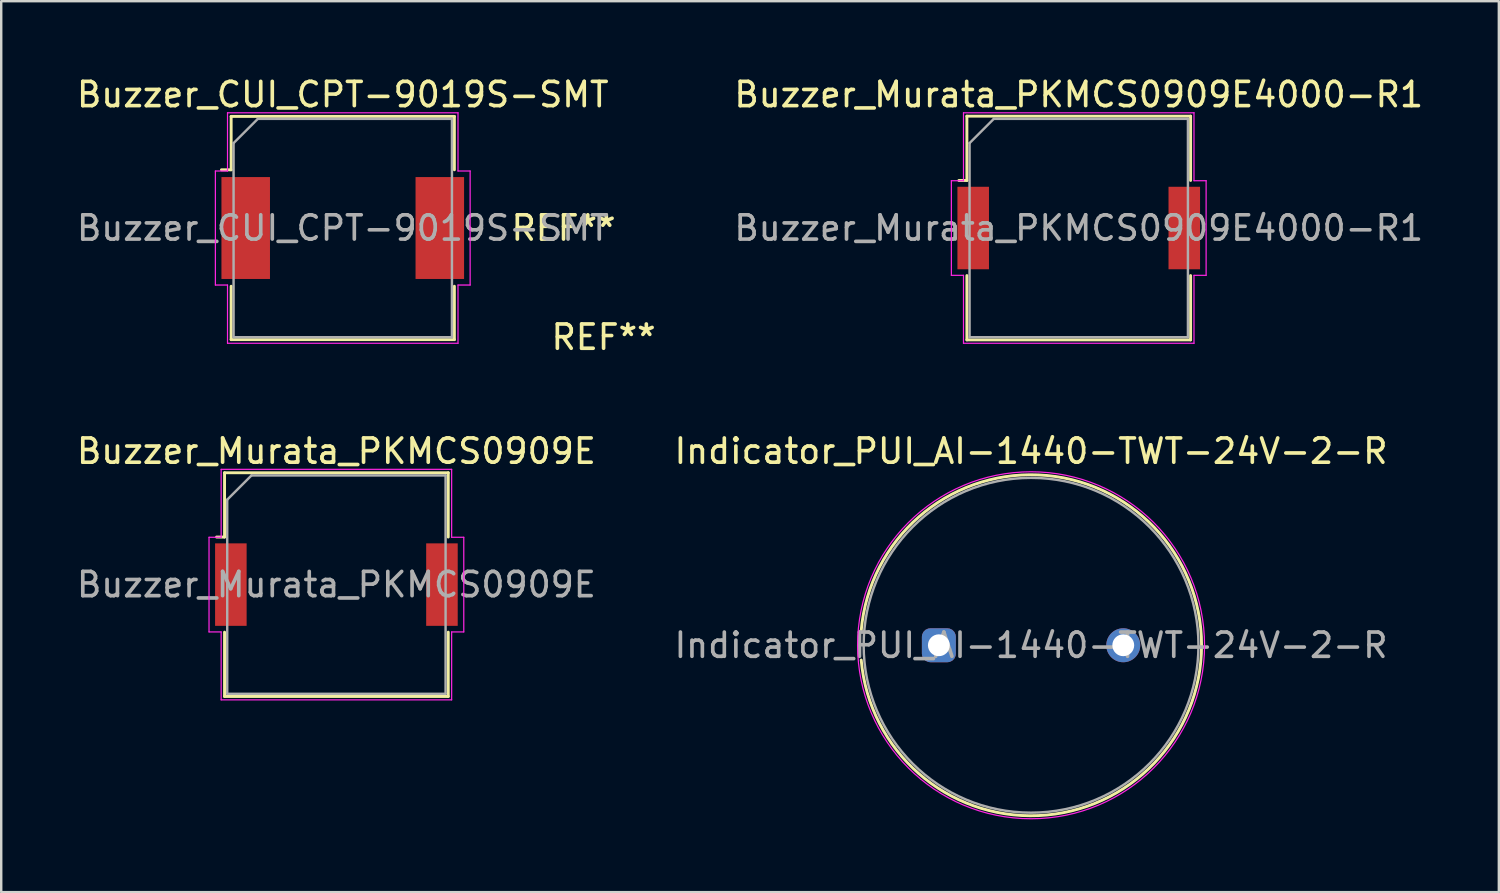
<source format=kicad_pcb>
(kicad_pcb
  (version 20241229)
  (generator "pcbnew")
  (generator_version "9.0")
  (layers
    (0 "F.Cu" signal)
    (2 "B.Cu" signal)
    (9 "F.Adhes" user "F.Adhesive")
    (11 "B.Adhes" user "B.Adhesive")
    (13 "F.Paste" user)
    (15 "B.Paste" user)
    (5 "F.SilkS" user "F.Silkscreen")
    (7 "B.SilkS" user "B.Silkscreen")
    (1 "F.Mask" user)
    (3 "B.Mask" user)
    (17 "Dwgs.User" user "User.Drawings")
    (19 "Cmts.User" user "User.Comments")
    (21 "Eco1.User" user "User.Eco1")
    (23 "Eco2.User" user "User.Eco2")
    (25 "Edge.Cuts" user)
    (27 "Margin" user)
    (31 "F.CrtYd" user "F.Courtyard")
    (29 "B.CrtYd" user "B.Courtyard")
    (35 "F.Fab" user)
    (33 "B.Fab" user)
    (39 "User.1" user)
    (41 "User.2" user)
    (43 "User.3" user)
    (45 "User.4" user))
  (footprint "Indicator_PUI_AI-1440-TWT-24V-2-R"
    (layer "F.Cu")
    (at 35.646 23.545)
    (property "Reference" "Indicator_PUI_AI-1440-TWT-24V-2-R" (at 3.8 -8 0) (layer "F.SilkS") (effects (font (size 1 1) (thickness 0.15))))
    (attr through_hole)
    (fp_arc (start -3.2 -0.615) (mid 10.826964 0.00257) (end -3.200448 0.60988) (stroke (width 0.12) (type solid)) (layer "F.SilkS"))
    (fp_circle (center 3.8 0) (end 10.95 0) (stroke (width 0.05) (type solid)) (fill no) (layer "F.CrtYd"))
    (fp_circle (center 3.8 0) (end 10.7 0) (stroke (width 0.1) (type solid)) (fill no) (layer "F.Fab"))
    (fp_text user "${REFERENCE}" (at 3.8 0 0) (layer "F.Fab") (effects (font (size 1 1) (thickness 0.15))))
    (pad "1" thru_hole roundrect (at 0 0) (size 1.4 1.4) (drill 0.9) (layers "*.Cu" "*.Mask") (roundrect_rratio 0.25))
    (pad "2" thru_hole circle (at 7.6 0) (size 1.4 1.4) (drill 0.9) (layers "*.Cu" "*.Mask")))
  (footprint "Buzzer_CUI_CPT-9019S-SMT"
    (layer "F.Cu")
    (at 11.077 6.348)
    (property "Reference" "Buzzer_CUI_CPT-9019S-SMT" (at 0 -5.5 0) (layer "F.SilkS") (effects (font (size 1 1) (thickness 0.15))))
    (attr smd)
    (fp_line (start -4.6 -4.6) (end -4.6 -2.4) (stroke (width 0.12) (type solid)) (layer "F.SilkS"))
    (fp_line (start -4.6 -4.6) (end 4.6 -4.6) (stroke (width 0.12) (type solid)) (layer "F.SilkS"))
    (fp_line (start -4.6 -2.4) (end -5 -2.4) (stroke (width 0.12) (type solid)) (layer "F.SilkS"))
    (fp_line (start -4.6 2.4) (end -4.6 4.6) (stroke (width 0.12) (type solid)) (layer "F.SilkS"))
    (fp_line (start 4.6 -4.6) (end 4.6 -2.4) (stroke (width 0.12) (type solid)) (layer "F.SilkS"))
    (fp_line (start 4.6 2.4) (end 4.6 4.6) (stroke (width 0.12) (type solid)) (layer "F.SilkS"))
    (fp_line (start 4.6 4.6) (end -4.6 4.6) (stroke (width 0.12) (type solid)) (layer "F.SilkS"))
    (fp_line (start -5.25 -2.35) (end -4.75 -2.35) (stroke (width 0.05) (type solid)) (layer "F.CrtYd"))
    (fp_line (start -5.25 2.35) (end -5.25 -2.35) (stroke (width 0.05) (type solid)) (layer "F.CrtYd"))
    (fp_line (start -4.75 -4.75) (end 4.75 -4.75) (stroke (width 0.05) (type solid)) (layer "F.CrtYd"))
    (fp_line (start -4.75 -2.35) (end -4.75 -4.75) (stroke (width 0.05) (type solid)) (layer "F.CrtYd"))
    (fp_line (start -4.75 2.35) (end -5.25 2.35) (stroke (width 0.05) (type solid)) (layer "F.CrtYd"))
    (fp_line (start -4.75 4.75) (end -4.75 2.35) (stroke (width 0.05) (type solid)) (layer "F.CrtYd"))
    (fp_line (start 4.75 -4.75) (end 4.75 -2.35) (stroke (width 0.05) (type solid)) (layer "F.CrtYd"))
    (fp_line (start 4.75 -2.35) (end 5.25 -2.35) (stroke (width 0.05) (type solid)) (layer "F.CrtYd"))
    (fp_line (start 4.75 2.35) (end 4.75 4.75) (stroke (width 0.05) (type solid)) (layer "F.CrtYd"))
    (fp_line (start 4.75 4.75) (end -4.75 4.75) (stroke (width 0.05) (type solid)) (layer "F.CrtYd"))
    (fp_line (start 5.25 -2.35) (end 5.25 2.35) (stroke (width 0.05) (type solid)) (layer "F.CrtYd"))
    (fp_line (start 5.25 2.35) (end 4.75 2.35) (stroke (width 0.05) (type solid)) (layer "F.CrtYd"))
    (fp_line (start -4.5 -3.5) (end -4.5 4.5) (stroke (width 0.1) (type solid)) (layer "F.Fab"))
    (fp_line (start -4.5 4.5) (end 4.5 4.5) (stroke (width 0.1) (type solid)) (layer "F.Fab"))
    (fp_line (start -3.5 -4.5) (end -4.5 -3.5) (stroke (width 0.1) (type solid)) (layer "F.Fab"))
    (fp_line (start 4.5 -4.5) (end -3.5 -4.5) (stroke (width 0.1) (type solid)) (layer "F.Fab"))
    (fp_line (start 4.5 4.5) (end 4.5 -4.5) (stroke (width 0.1) (type solid)) (layer "F.Fab"))
    (fp_text user "REF**" (at 10.75 4.5 0) (layer "F.SilkS") (effects (font (size 1 1) (thickness 0.15))))
    (fp_text user "REF**" (at 9.1 0 0) (layer "F.SilkS") (effects (font (size 1 1) (thickness 0.15))))
    (fp_text user "${REFERENCE}" (at 0 0 0) (layer "F.Fab") (effects (font (size 1 1) (thickness 0.15))))
    (pad "1" smd rect (at -4 0) (size 2 4.2) (layers "F.Cu" "F.Mask" "F.Paste"))
    (pad "2" smd rect (at 4 0) (size 2 4.2) (layers "F.Cu" "F.Mask" "F.Paste")))
  (footprint "Buzzer_Murata_PKMCS0909E"
    (layer "F.Cu")
    (at 10.815 21.045)
    (property "Reference" "Buzzer_Murata_PKMCS0909E" (at 0 -5.5 0) (layer "F.SilkS") (effects (font (size 1 1) (thickness 0.15))))
    (attr smd)
    (fp_line (start -4.61 -4.61) (end 4.61 -4.61) (stroke (width 0.12) (type solid)) (layer "F.SilkS"))
    (fp_line (start -4.61 -1.96) (end -4.94 -1.96) (stroke (width 0.12) (type solid)) (layer "F.SilkS"))
    (fp_line (start -4.61 -1.96) (end -4.61 -4.61) (stroke (width 0.12) (type solid)) (layer "F.SilkS"))
    (fp_line (start -4.61 4.61) (end -4.61 1.96) (stroke (width 0.12) (type solid)) (layer "F.SilkS"))
    (fp_line (start 4.61 -4.61) (end 4.61 -1.96) (stroke (width 0.12) (type solid)) (layer "F.SilkS"))
    (fp_line (start 4.61 1.96) (end 4.61 4.61) (stroke (width 0.12) (type solid)) (layer "F.SilkS"))
    (fp_line (start 4.61 4.61) (end -4.61 4.61) (stroke (width 0.12) (type solid)) (layer "F.SilkS"))
    (fp_line (start -5.25 1.95) (end -5.25 -1.95) (stroke (width 0.05) (type solid)) (layer "F.CrtYd"))
    (fp_line (start -4.75 -4.75) (end 4.75 -4.75) (stroke (width 0.05) (type solid)) (layer "F.CrtYd"))
    (fp_line (start -4.75 -1.95) (end -5.25 -1.95) (stroke (width 0.05) (type solid)) (layer "F.CrtYd"))
    (fp_line (start -4.75 -1.95) (end -4.75 -4.75) (stroke (width 0.05) (type solid)) (layer "F.CrtYd"))
    (fp_line (start -4.75 1.95) (end -5.25 1.95) (stroke (width 0.05) (type solid)) (layer "F.CrtYd"))
    (fp_line (start -4.75 4.75) (end -4.75 1.95) (stroke (width 0.05) (type solid)) (layer "F.CrtYd"))
    (fp_line (start 4.75 -1.95) (end 4.75 -4.75) (stroke (width 0.05) (type solid)) (layer "F.CrtYd"))
    (fp_line (start 4.75 -1.95) (end 5.25 -1.95) (stroke (width 0.05) (type solid)) (layer "F.CrtYd"))
    (fp_line (start 4.75 1.95) (end 5.25 1.95) (stroke (width 0.05) (type solid)) (layer "F.CrtYd"))
    (fp_line (start 4.75 4.75) (end -4.75 4.75) (stroke (width 0.05) (type solid)) (layer "F.CrtYd"))
    (fp_line (start 4.75 4.75) (end 4.75 1.95) (stroke (width 0.05) (type solid)) (layer "F.CrtYd"))
    (fp_line (start 5.25 1.95) (end 5.25 -1.95) (stroke (width 0.05) (type solid)) (layer "F.CrtYd"))
    (fp_line (start -4.5 -3.5) (end -3.5 -4.5) (stroke (width 0.1) (type solid)) (layer "F.Fab"))
    (fp_line (start -4.5 4.5) (end -4.5 -3.5) (stroke (width 0.1) (type solid)) (layer "F.Fab"))
    (fp_line (start -3.5 -4.5) (end 4.5 -4.5) (stroke (width 0.1) (type solid)) (layer "F.Fab"))
    (fp_line (start 4.5 -4.5) (end 4.5 4.5) (stroke (width 0.1) (type solid)) (layer "F.Fab"))
    (fp_line (start 4.5 4.5) (end -4.5 4.5) (stroke (width 0.1) (type solid)) (layer "F.Fab"))
    (fp_text user "${REFERENCE}" (at 0 0 0) (layer "F.Fab") (effects (font (size 1 1) (thickness 0.15))))
    (pad "1" smd rect (at -4.35 0) (size 1.3 3.4) (layers "F.Cu" "F.Mask" "F.Paste"))
    (pad "2" smd rect (at 4.35 0) (size 1.3 3.4) (layers "F.Cu" "F.Mask" "F.Paste")))
  (footprint "Buzzer_Murata_PKMCS0909E4000-R1"
    (layer "F.Cu")
    (at 41.411 6.348)
    (property "Reference" "Buzzer_Murata_PKMCS0909E4000-R1" (at 0 -5.5 0) (layer "F.SilkS") (effects (font (size 1 1) (thickness 0.15))))
    (attr smd)
    (fp_line (start -4.61 -4.61) (end 4.61 -4.61) (stroke (width 0.12) (type solid)) (layer "F.SilkS"))
    (fp_line (start -4.61 -1.96) (end -4.94 -1.96) (stroke (width 0.12) (type solid)) (layer "F.SilkS"))
    (fp_line (start -4.61 -1.96) (end -4.61 -4.61) (stroke (width 0.12) (type solid)) (layer "F.SilkS"))
    (fp_line (start -4.61 4.61) (end -4.61 1.96) (stroke (width 0.12) (type solid)) (layer "F.SilkS"))
    (fp_line (start 4.61 -4.61) (end 4.61 -1.96) (stroke (width 0.12) (type solid)) (layer "F.SilkS"))
    (fp_line (start 4.61 1.96) (end 4.61 4.61) (stroke (width 0.12) (type solid)) (layer "F.SilkS"))
    (fp_line (start 4.61 4.61) (end -4.61 4.61) (stroke (width 0.12) (type solid)) (layer "F.SilkS"))
    (fp_line (start -5.25 1.95) (end -5.25 -1.95) (stroke (width 0.05) (type solid)) (layer "F.CrtYd"))
    (fp_line (start -4.75 -4.75) (end 4.75 -4.75) (stroke (width 0.05) (type solid)) (layer "F.CrtYd"))
    (fp_line (start -4.75 -1.95) (end -5.25 -1.95) (stroke (width 0.05) (type solid)) (layer "F.CrtYd"))
    (fp_line (start -4.75 -1.95) (end -4.75 -4.75) (stroke (width 0.05) (type solid)) (layer "F.CrtYd"))
    (fp_line (start -4.75 1.95) (end -5.25 1.95) (stroke (width 0.05) (type solid)) (layer "F.CrtYd"))
    (fp_line (start -4.75 4.75) (end -4.75 1.95) (stroke (width 0.05) (type solid)) (layer "F.CrtYd"))
    (fp_line (start 4.75 -1.95) (end 4.75 -4.75) (stroke (width 0.05) (type solid)) (layer "F.CrtYd"))
    (fp_line (start 4.75 -1.95) (end 5.25 -1.95) (stroke (width 0.05) (type solid)) (layer "F.CrtYd"))
    (fp_line (start 4.75 1.95) (end 5.25 1.95) (stroke (width 0.05) (type solid)) (layer "F.CrtYd"))
    (fp_line (start 4.75 4.75) (end -4.75 4.75) (stroke (width 0.05) (type solid)) (layer "F.CrtYd"))
    (fp_line (start 4.75 4.75) (end 4.75 1.95) (stroke (width 0.05) (type solid)) (layer "F.CrtYd"))
    (fp_line (start 5.25 1.95) (end 5.25 -1.95) (stroke (width 0.05) (type solid)) (layer "F.CrtYd"))
    (fp_line (start -4.5 -3.5) (end -3.5 -4.5) (stroke (width 0.1) (type solid)) (layer "F.Fab"))
    (fp_line (start -4.5 4.5) (end -4.5 -3.5) (stroke (width 0.1) (type solid)) (layer "F.Fab"))
    (fp_line (start -3.5 -4.5) (end 4.5 -4.5) (stroke (width 0.1) (type solid)) (layer "F.Fab"))
    (fp_line (start 4.5 -4.5) (end 4.5 4.5) (stroke (width 0.1) (type solid)) (layer "F.Fab"))
    (fp_line (start 4.5 4.5) (end -4.5 4.5) (stroke (width 0.1) (type solid)) (layer "F.Fab"))
    (fp_text user "${REFERENCE}" (at 0 0 0) (layer "F.Fab") (effects (font (size 1 1) (thickness 0.15))))
    (pad "1" smd rect (at -4.35 0) (size 1.3 3.4) (layers "F.Cu" "F.Mask" "F.Paste"))
    (pad "2" smd rect (at 4.35 0) (size 1.3 3.4) (layers "F.Cu" "F.Mask" "F.Paste")))
  (gr_rect
    (start -3 -3)
    (end 58.726 33.72)
    (stroke (width 0.1) (type default))
    (fill no)
    (layer "Edge.Cuts")))
</source>
